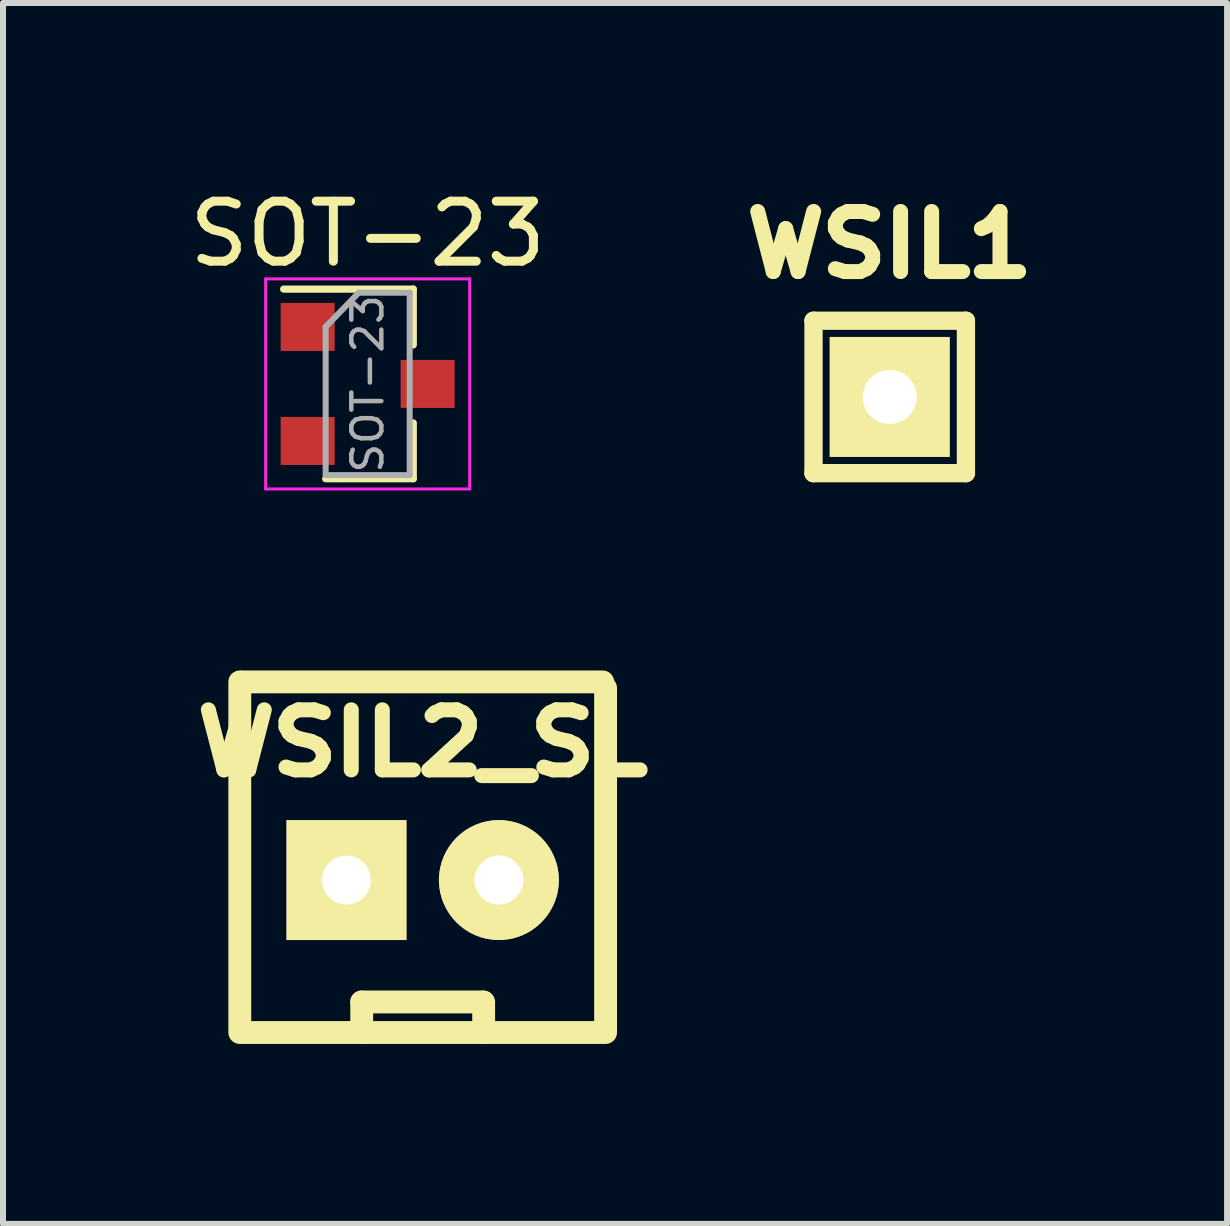
<source format=kicad_pcb>
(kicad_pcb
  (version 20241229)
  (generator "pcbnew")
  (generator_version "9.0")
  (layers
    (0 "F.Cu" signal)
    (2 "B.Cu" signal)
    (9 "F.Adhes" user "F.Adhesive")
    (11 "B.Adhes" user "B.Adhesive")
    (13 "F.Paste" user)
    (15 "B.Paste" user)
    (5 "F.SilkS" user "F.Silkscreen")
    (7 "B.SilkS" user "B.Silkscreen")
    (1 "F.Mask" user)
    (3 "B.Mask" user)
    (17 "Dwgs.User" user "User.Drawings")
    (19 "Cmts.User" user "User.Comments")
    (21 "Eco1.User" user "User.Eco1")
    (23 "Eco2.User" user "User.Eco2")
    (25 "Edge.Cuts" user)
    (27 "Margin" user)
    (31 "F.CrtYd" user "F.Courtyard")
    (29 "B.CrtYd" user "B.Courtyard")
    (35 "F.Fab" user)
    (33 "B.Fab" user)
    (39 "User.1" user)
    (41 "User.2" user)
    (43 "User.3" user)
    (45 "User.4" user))
  (footprint "SOT-23"
    (layer "F.Cu")
    (at 3.077 3.348)
    (property "Reference" "SOT-23" (at 0 -2.5 0) (layer "F.SilkS") (effects (font (size 1 1) (thickness 0.15))))
    (attr smd)
    (fp_line (start 0.76 -1.58) (end -1.4 -1.58) (stroke (width 0.12) (type solid)) (layer "F.SilkS"))
    (fp_line (start 0.76 -1.58) (end 0.76 -0.65) (stroke (width 0.12) (type solid)) (layer "F.SilkS"))
    (fp_line (start 0.76 1.58) (end -0.7 1.58) (stroke (width 0.12) (type solid)) (layer "F.SilkS"))
    (fp_line (start 0.76 1.58) (end 0.76 0.65) (stroke (width 0.12) (type solid)) (layer "F.SilkS"))
    (fp_line (start -1.7 -1.75) (end 1.7 -1.75) (stroke (width 0.05) (type solid)) (layer "F.CrtYd"))
    (fp_line (start -1.7 1.75) (end -1.7 -1.75) (stroke (width 0.05) (type solid)) (layer "F.CrtYd"))
    (fp_line (start 1.7 -1.75) (end 1.7 1.75) (stroke (width 0.05) (type solid)) (layer "F.CrtYd"))
    (fp_line (start 1.7 1.75) (end -1.7 1.75) (stroke (width 0.05) (type solid)) (layer "F.CrtYd"))
    (fp_line (start -0.7 -0.95) (end -0.7 1.5) (stroke (width 0.1) (type solid)) (layer "F.Fab"))
    (fp_line (start -0.7 -0.95) (end -0.15 -1.52) (stroke (width 0.1) (type solid)) (layer "F.Fab"))
    (fp_line (start -0.7 1.52) (end 0.7 1.52) (stroke (width 0.1) (type solid)) (layer "F.Fab"))
    (fp_line (start -0.15 -1.52) (end 0.7 -1.52) (stroke (width 0.1) (type solid)) (layer "F.Fab"))
    (fp_line (start 0.7 -1.52) (end 0.7 1.52) (stroke (width 0.1) (type solid)) (layer "F.Fab"))
    (fp_text user "${REFERENCE}" (at 0 0 90) (layer "F.Fab") (effects (font (size 0.5 0.5) (thickness 0.075))))
    (pad "1" smd rect (at -1 -0.95) (size 0.9 0.8) (layers "F.Cu" "F.Mask" "F.Paste"))
    (pad "2" smd rect (at -1 0.95) (size 0.9 0.8) (layers "F.Cu" "F.Mask" "F.Paste"))
    (pad "3" smd rect (at 1 0) (size 0.9 0.8) (layers "F.Cu" "F.Mask" "F.Paste")))
  (footprint "WSIL1"
    (layer "F.Cu")
    (at 11.777 3.565)
    (property "Reference" "WSIL1" (at 0 -2.54 0) (layer "F.SilkS") (effects (font (size 1.001 1.087) (thickness 0.25))))
    (attr through_hole)
    (fp_line (start -1.27 -1.27) (end 1.27 -1.27) (stroke (width 0.305) (type solid)) (layer "F.SilkS"))
    (fp_line (start -1.27 1.27) (end -1.27 -1.27) (stroke (width 0.305) (type solid)) (layer "F.SilkS"))
    (fp_line (start 1.27 -1.27) (end 1.27 1.27) (stroke (width 0.305) (type solid)) (layer "F.SilkS"))
    (fp_line (start 1.27 1.27) (end -1.27 1.27) (stroke (width 0.305) (type solid)) (layer "F.SilkS"))
    (pad "1" thru_hole rect (at 0 0) (size 1.999 1.999) (drill 0.9) (layers "*.Cu" "*.Mask" "F.SilkS")))
  (footprint "WSIL2_SL"
    (layer "F.Cu")
    (at 3.994 11.616)
    (property "Reference" "WSIL2_SL" (at 0 -2.286 0) (layer "F.SilkS") (effects (font (size 1.001 1.087) (thickness 0.25))))
    (attr through_hole)
    (fp_line (start -3.048 2.54) (end -3.048 -3.302) (stroke (width 0.381) (type solid)) (layer "F.SilkS"))
    (fp_line (start -3 -3.302) (end 3 -3.302) (stroke (width 0.381) (type solid)) (layer "F.SilkS"))
    (fp_line (start -1.778 -0.508) (end -1.778 0.508) (stroke (width 0.381) (type solid)) (layer "F.SilkS"))
    (fp_line (start -1.778 0.508) (end -0.762 0.508) (stroke (width 0.381) (type solid)) (layer "F.SilkS"))
    (fp_line (start -1.016 2.032) (end 1 2.032) (stroke (width 0.381) (type solid)) (layer "F.SilkS"))
    (fp_line (start -1.016 2.54) (end -1.016 2.032) (stroke (width 0.381) (type solid)) (layer "F.SilkS"))
    (fp_line (start -0.762 -0.508) (end -1.778 -0.508) (stroke (width 0.381) (type solid)) (layer "F.SilkS"))
    (fp_line (start -0.762 0.508) (end -0.762 -0.508) (stroke (width 0.381) (type solid)) (layer "F.SilkS"))
    (fp_line (start 0.762 -0.508) (end 0.762 0.508) (stroke (width 0.381) (type solid)) (layer "F.SilkS"))
    (fp_line (start 0.762 -0.508) (end 1.778 -0.508) (stroke (width 0.381) (type solid)) (layer "F.SilkS"))
    (fp_line (start 1.016 2.032) (end 1.016 2.54) (stroke (width 0.381) (type solid)) (layer "F.SilkS"))
    (fp_line (start 1.778 -0.508) (end 1.778 0.508) (stroke (width 0.381) (type solid)) (layer "F.SilkS"))
    (fp_line (start 1.778 0.508) (end 0.762 0.508) (stroke (width 0.381) (type solid)) (layer "F.SilkS"))
    (fp_line (start 3 2.54) (end -3 2.54) (stroke (width 0.381) (type solid)) (layer "F.SilkS"))
    (fp_line (start 3.048 -3.2) (end 3.048 2.54) (stroke (width 0.381) (type solid)) (layer "F.SilkS"))
    (pad "1" thru_hole rect (at -1.27 0) (size 1.999 1.999) (drill 0.813) (layers "*.Cu" "*.Mask" "F.SilkS"))
    (pad "2" thru_hole circle (at 1.27 0) (size 1.999 1.999) (drill 0.813) (layers "*.Cu" "*.Mask" "F.SilkS")))
  (gr_rect
    (start -3 -3)
    (end 17.399 17.346)
    (stroke (width 0.1) (type default))
    (fill no)
    (layer "Edge.Cuts")))
</source>
